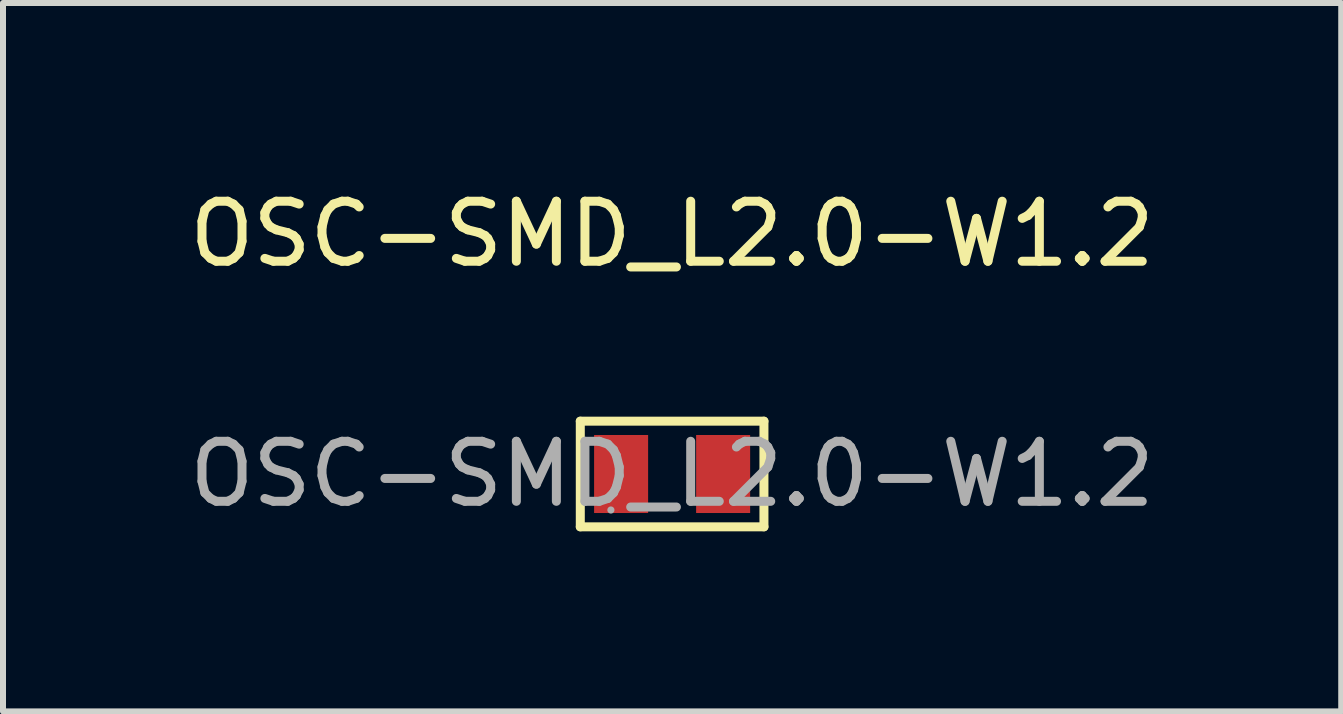
<source format=kicad_pcb>
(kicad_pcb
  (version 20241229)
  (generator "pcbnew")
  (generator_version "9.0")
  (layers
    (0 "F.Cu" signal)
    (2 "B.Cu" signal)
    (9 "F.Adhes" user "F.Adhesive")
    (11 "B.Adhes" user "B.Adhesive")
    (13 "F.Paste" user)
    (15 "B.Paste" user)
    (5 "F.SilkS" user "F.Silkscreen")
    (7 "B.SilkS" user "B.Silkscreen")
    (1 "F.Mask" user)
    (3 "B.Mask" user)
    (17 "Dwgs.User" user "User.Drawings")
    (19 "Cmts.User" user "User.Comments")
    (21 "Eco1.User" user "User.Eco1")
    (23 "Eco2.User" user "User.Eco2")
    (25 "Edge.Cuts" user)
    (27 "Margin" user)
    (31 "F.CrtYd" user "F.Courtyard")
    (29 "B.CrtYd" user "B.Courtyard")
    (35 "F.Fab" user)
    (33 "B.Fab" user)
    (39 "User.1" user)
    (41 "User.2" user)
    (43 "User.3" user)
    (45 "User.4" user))
  (footprint "OSC-SMD_L2.0-W1.2"
    (layer "F.Cu")
    (at 8.149 4.848)
    (property "Reference" "OSC-SMD_L2.0-W1.2" (at 0 -4 0) (layer "F.SilkS") (effects (font (size 1 1) (thickness 0.15))))
    (attr smd)
    (fp_line (start -1.53 -0.88) (end 1.53 -0.88) (stroke (width 0.15) (type solid)) (layer "F.SilkS"))
    (fp_line (start -1.53 0.88) (end -1.53 -0.88) (stroke (width 0.15) (type solid)) (layer "F.SilkS"))
    (fp_line (start 1.53 -0.88) (end 1.53 0.88) (stroke (width 0.15) (type solid)) (layer "F.SilkS"))
    (fp_line (start 1.53 0.88) (end -1.53 0.88) (stroke (width 0.15) (type solid)) (layer "F.SilkS"))
    (fp_circle (center -1.02 0.6) (end -0.99 0.6) (stroke (width 0.06) (type solid)) (fill no) (layer "F.Fab"))
    (fp_text user "${REFERENCE}" (at 0 0 0) (layer "F.Fab") (effects (font (size 1 1) (thickness 0.15))))
    (pad "1" smd rect (at -0.85 0) (size 0.9 1.3) (layers "F.Cu" "F.Mask" "F.Paste"))
    (pad "2" smd rect (at 0.85 0) (size 0.9 1.3) (layers "F.Cu" "F.Mask" "F.Paste")))
  (gr_rect
    (start -3 -3)
    (end 19.298 8.803)
    (stroke (width 0.1) (type default))
    (fill no)
    (layer "Edge.Cuts")))
</source>
